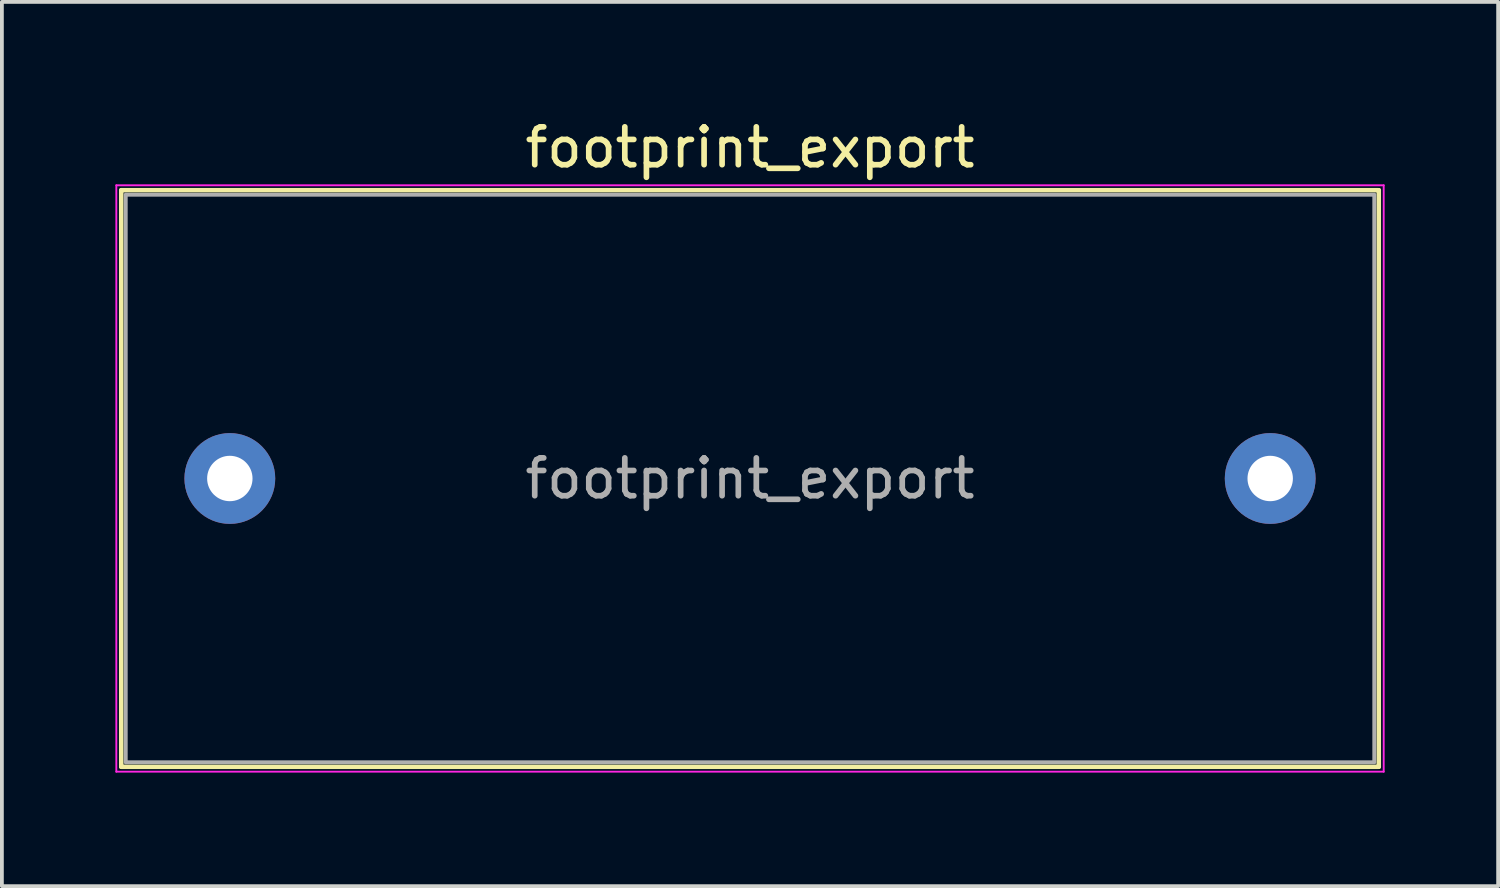
<source format=kicad_pcb>
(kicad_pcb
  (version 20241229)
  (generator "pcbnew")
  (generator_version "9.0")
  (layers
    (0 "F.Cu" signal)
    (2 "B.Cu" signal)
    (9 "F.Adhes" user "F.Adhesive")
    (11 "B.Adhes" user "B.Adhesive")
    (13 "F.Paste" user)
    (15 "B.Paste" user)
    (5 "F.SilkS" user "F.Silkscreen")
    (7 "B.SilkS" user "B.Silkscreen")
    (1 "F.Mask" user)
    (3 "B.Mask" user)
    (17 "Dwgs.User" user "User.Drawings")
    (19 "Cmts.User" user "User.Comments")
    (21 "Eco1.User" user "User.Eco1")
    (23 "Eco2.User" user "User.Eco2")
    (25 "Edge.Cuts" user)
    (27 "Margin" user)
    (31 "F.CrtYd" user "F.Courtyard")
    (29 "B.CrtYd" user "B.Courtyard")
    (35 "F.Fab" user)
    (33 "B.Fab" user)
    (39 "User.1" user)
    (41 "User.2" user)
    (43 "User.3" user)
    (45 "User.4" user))
  (footprint "footprint_export"
    (layer "F.Cu")
    (at 3.025 9.598)
    (property "Reference" "footprint_export" (at 13.75 -8.75 0) (layer "F.SilkS") (effects (font (size 1 1) (thickness 0.15))))
    (attr through_hole)
    (fp_line (start -2.87 -7.62) (end -2.87 7.62) (stroke (width 0.12) (type solid)) (layer "F.SilkS"))
    (fp_line (start -2.87 -7.62) (end 30.37 -7.62) (stroke (width 0.12) (type solid)) (layer "F.SilkS"))
    (fp_line (start -2.87 7.62) (end 30.37 7.62) (stroke (width 0.12) (type solid)) (layer "F.SilkS"))
    (fp_line (start 30.37 -7.62) (end 30.37 7.62) (stroke (width 0.12) (type solid)) (layer "F.SilkS"))
    (fp_line (start -3 -7.75) (end -3 7.75) (stroke (width 0.05) (type solid)) (layer "F.CrtYd"))
    (fp_line (start -3 7.75) (end 30.5 7.75) (stroke (width 0.05) (type solid)) (layer "F.CrtYd"))
    (fp_line (start 30.5 -7.75) (end -3 -7.75) (stroke (width 0.05) (type solid)) (layer "F.CrtYd"))
    (fp_line (start 30.5 7.75) (end 30.5 -7.75) (stroke (width 0.05) (type solid)) (layer "F.CrtYd"))
    (fp_line (start -2.75 -7.5) (end -2.75 7.5) (stroke (width 0.1) (type solid)) (layer "F.Fab"))
    (fp_line (start -2.75 7.5) (end 30.25 7.5) (stroke (width 0.1) (type solid)) (layer "F.Fab"))
    (fp_line (start 30.25 -7.5) (end -2.75 -7.5) (stroke (width 0.1) (type solid)) (layer "F.Fab"))
    (fp_line (start 30.25 7.5) (end 30.25 -7.5) (stroke (width 0.1) (type solid)) (layer "F.Fab"))
    (fp_text user "${REFERENCE}" (at 13.75 0 0) (layer "F.Fab") (effects (font (size 1 1) (thickness 0.15))))
    (pad "1" thru_hole circle (at 0 0) (size 2.4 2.4) (drill 1.2) (layers "*.Cu" "*.Mask"))
    (pad "2" thru_hole circle (at 27.5 0) (size 2.4 2.4) (drill 1.2) (layers "*.Cu" "*.Mask")))
  (gr_rect
    (start -3 -3)
    (end 36.55 20.373)
    (stroke (width 0.1) (type default))
    (fill no)
    (layer "Edge.Cuts")))
</source>
